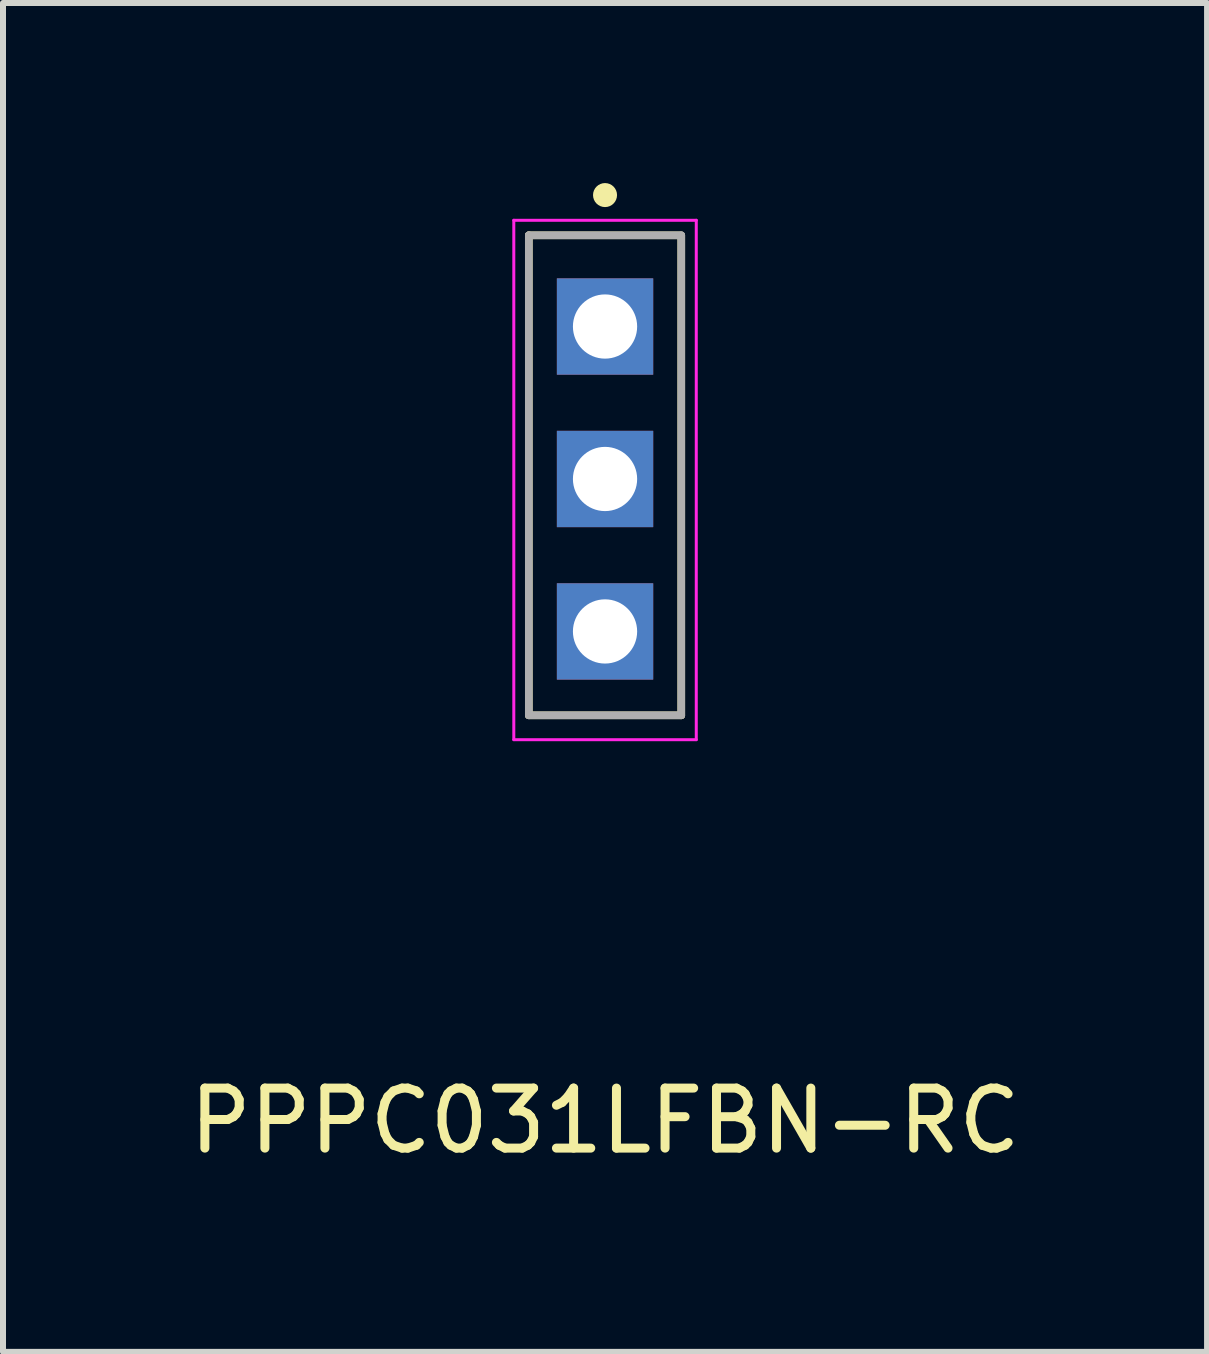
<source format=kicad_pcb>
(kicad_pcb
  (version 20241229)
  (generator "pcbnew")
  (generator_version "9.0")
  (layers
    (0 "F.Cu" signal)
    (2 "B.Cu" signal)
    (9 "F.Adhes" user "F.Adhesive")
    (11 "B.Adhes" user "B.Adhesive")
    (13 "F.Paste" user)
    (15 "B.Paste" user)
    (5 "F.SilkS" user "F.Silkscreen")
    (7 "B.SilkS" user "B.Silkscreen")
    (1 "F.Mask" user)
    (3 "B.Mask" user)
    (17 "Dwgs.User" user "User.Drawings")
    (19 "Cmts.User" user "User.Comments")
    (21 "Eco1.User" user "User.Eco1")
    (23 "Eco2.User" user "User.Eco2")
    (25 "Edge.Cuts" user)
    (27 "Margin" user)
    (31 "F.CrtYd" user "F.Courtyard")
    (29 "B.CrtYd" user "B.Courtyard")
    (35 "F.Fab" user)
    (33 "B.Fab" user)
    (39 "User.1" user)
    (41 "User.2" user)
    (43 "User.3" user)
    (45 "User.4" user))
  (footprint "PPPC031LFBN-RC"
    (layer "F.Cu")
    (at 7.03 4.93)
    (property "Reference" "PPPC031LFBN-RC" (at 0 10.693 0) (layer "F.SilkS") (effects (font (size 1 1) (thickness 0.15))))
    (attr through_hole)
    (fp_line (start -1.27 -4.06) (end -1.27 3.937) (stroke (width 0.127) (type solid)) (layer "F.SilkS"))
    (fp_line (start -1.27 3.937) (end 1.27 3.937) (stroke (width 0.127) (type solid)) (layer "F.SilkS"))
    (fp_line (start 1.27 -4.06) (end -1.27 -4.06) (stroke (width 0.127) (type solid)) (layer "F.SilkS"))
    (fp_line (start 1.27 3.937) (end 1.27 -4.044) (stroke (width 0.127) (type solid)) (layer "F.SilkS"))
    (fp_circle (center 0 -4.73) (end 0 -4.63) (stroke (width 0.2) (type solid)) (fill no) (layer "F.SilkS"))
    (fp_line (start -1.52 -4.31) (end -1.52 4.343) (stroke (width 0.05) (type solid)) (layer "F.CrtYd"))
    (fp_line (start -1.52 4.343) (end 1.52 4.343) (stroke (width 0.05) (type solid)) (layer "F.CrtYd"))
    (fp_line (start 1.52 -4.31) (end -1.52 -4.31) (stroke (width 0.05) (type solid)) (layer "F.CrtYd"))
    (fp_line (start 1.52 4.343) (end 1.52 -4.31) (stroke (width 0.05) (type solid)) (layer "F.CrtYd"))
    (fp_line (start -1.27 -4.06) (end -1.27 3.937) (stroke (width 0.127) (type solid)) (layer "F.Fab"))
    (fp_line (start -1.27 3.937) (end 1.27 3.937) (stroke (width 0.127) (type solid)) (layer "F.Fab"))
    (fp_line (start 1.27 -4.06) (end -1.27 -4.06) (stroke (width 0.127) (type solid)) (layer "F.Fab"))
    (fp_line (start 1.27 3.937) (end 1.27 -4.06) (stroke (width 0.127) (type solid)) (layer "F.Fab"))
    (pad "1" thru_hole rect (at 0 -2.54 270) (size 1.605 1.605) (drill 1.07) (layers "*.Cu" "*.Mask"))
    (pad "2" thru_hole rect (at 0 0 270) (size 1.605 1.605) (drill 1.07) (layers "*.Cu" "*.Mask"))
    (pad "3" thru_hole rect (at 0 2.54 270) (size 1.605 1.605) (drill 1.07) (layers "*.Cu" "*.Mask")))
  (gr_rect
    (start -3 -3)
    (end 17.06 19.472)
    (stroke (width 0.1) (type default))
    (fill no)
    (layer "Edge.Cuts")))
</source>
